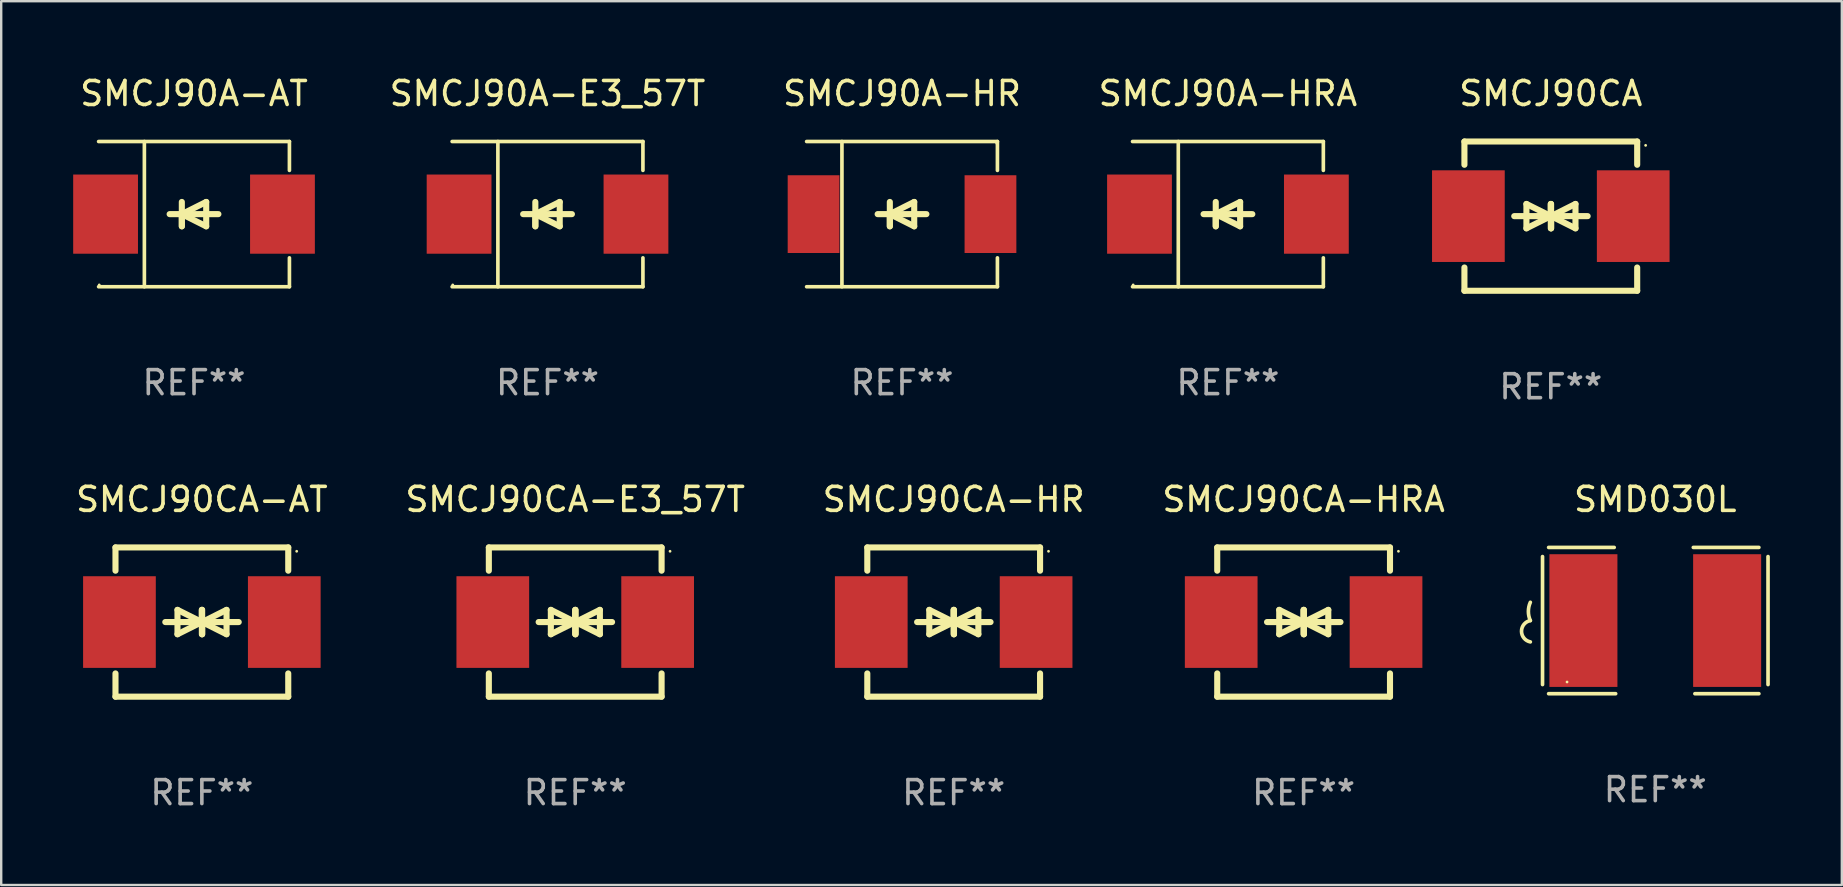
<source format=kicad_pcb>
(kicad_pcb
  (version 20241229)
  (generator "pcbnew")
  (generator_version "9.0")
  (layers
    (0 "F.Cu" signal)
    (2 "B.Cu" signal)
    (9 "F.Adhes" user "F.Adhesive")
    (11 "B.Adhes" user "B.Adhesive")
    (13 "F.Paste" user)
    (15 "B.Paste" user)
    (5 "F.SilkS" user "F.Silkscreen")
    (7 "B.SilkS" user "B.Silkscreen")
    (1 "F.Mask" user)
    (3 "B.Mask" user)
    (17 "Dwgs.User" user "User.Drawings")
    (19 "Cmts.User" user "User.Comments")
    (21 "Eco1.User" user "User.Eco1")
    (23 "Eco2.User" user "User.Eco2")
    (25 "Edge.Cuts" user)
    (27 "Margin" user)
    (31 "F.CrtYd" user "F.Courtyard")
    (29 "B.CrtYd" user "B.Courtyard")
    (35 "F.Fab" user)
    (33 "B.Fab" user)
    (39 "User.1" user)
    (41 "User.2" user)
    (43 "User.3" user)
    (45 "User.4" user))
  (footprint "SMCJ90CA-AT"
    (layer "F.Cu")
    (at 5.363 22.875)
    (property "Reference" "SMCJ90CA-AT" (at 0 -5.11 0) (layer "F.SilkS") (effects (font (size 1 1) (thickness 0.15))))
    (attr through_hole)
    (fp_line (start -3.6 -2.141) (end -3.6 -3.11) (stroke (width 0.254) (type solid)) (layer "F.SilkS"))
    (fp_line (start -3.6 3.11) (end -3.6 2.141) (stroke (width 0.254) (type solid)) (layer "F.SilkS"))
    (fp_line (start -1.524 0) (end 0.508 0) (stroke (width 0.254) (type solid)) (layer "F.SilkS"))
    (fp_line (start -1.016 -0.508) (end -1.016 0.508) (stroke (width 0.254) (type solid)) (layer "F.SilkS"))
    (fp_line (start -1.016 0.508) (end 0 0) (stroke (width 0.254) (type solid)) (layer "F.SilkS"))
    (fp_line (start 0 -0.508) (end 0 0.508) (stroke (width 0.254) (type solid)) (layer "F.SilkS"))
    (fp_line (start 0 0) (end -1.016 -0.508) (stroke (width 0.254) (type solid)) (layer "F.SilkS"))
    (fp_line (start 0 0) (end 0 -0.508) (stroke (width 0.254) (type solid)) (layer "F.SilkS"))
    (fp_line (start 0.012 0) (end 0.012 0.508) (stroke (width 0.254) (type solid)) (layer "F.SilkS"))
    (fp_line (start 0.012 0) (end 1.028 0.508) (stroke (width 0.254) (type solid)) (layer "F.SilkS"))
    (fp_line (start 0.012 0.508) (end 0.012 -0.508) (stroke (width 0.254) (type solid)) (layer "F.SilkS"))
    (fp_line (start 1.028 -0.508) (end 0.012 0) (stroke (width 0.254) (type solid)) (layer "F.SilkS"))
    (fp_line (start 1.028 0.508) (end 1.028 -0.508) (stroke (width 0.254) (type solid)) (layer "F.SilkS"))
    (fp_line (start 1.536 0) (end -0.496 0) (stroke (width 0.254) (type solid)) (layer "F.SilkS"))
    (fp_line (start 3.6 -3.11) (end -3.6 -3.11) (stroke (width 0.254) (type solid)) (layer "F.SilkS"))
    (fp_line (start 3.6 -2.141) (end 3.6 -3.11) (stroke (width 0.254) (type solid)) (layer "F.SilkS"))
    (fp_line (start 3.6 3.11) (end -3.6 3.11) (stroke (width 0.254) (type solid)) (layer "F.SilkS"))
    (fp_line (start 3.6 3.11) (end 3.6 2.141) (stroke (width 0.254) (type solid)) (layer "F.SilkS"))
    (fp_circle (center 3.952 -2.95) (end 3.982 -2.95) (stroke (width 0.06) (type solid)) (fill no) (layer "F.SilkS"))
    (fp_text user "REF**" (at 0 7.11 0) (layer "F.Fab") (effects (font (size 1 1) (thickness 0.15))))
    (pad "1" smd rect (at 3.435 0) (size 3.03 3.82) (layers "F.Cu" "F.Mask" "F.Paste"))
    (pad "2" smd rect (at -3.435 0) (size 3.03 3.82) (layers "F.Cu" "F.Mask" "F.Paste")))
  (footprint "SMCJ90A-HRA"
    (layer "F.Cu")
    (at 48.126 5.874)
    (property "Reference" "SMCJ90A-HRA" (at 0 -5.026 0) (layer "F.SilkS") (effects (font (size 1 1) (thickness 0.15))))
    (attr through_hole)
    (fp_line (start -3.976 -3.026) (end 3.976 -3.026) (stroke (width 0.152) (type solid)) (layer "F.SilkS"))
    (fp_line (start -3.976 3.026) (end 3.976 3.026) (stroke (width 0.152) (type solid)) (layer "F.SilkS"))
    (fp_line (start -2.069 -3.026) (end -2.069 3.026) (stroke (width 0.152) (type solid)) (layer "F.SilkS"))
    (fp_line (start -0.508 0) (end -0.508 0.508) (stroke (width 0.254) (type solid)) (layer "F.SilkS"))
    (fp_line (start -0.508 0) (end 0.508 0.508) (stroke (width 0.254) (type solid)) (layer "F.SilkS"))
    (fp_line (start -0.508 0.508) (end -0.508 -0.508) (stroke (width 0.254) (type solid)) (layer "F.SilkS"))
    (fp_line (start 0.508 -0.508) (end -0.508 0) (stroke (width 0.254) (type solid)) (layer "F.SilkS"))
    (fp_line (start 0.508 0.508) (end 0.508 -0.508) (stroke (width 0.254) (type solid)) (layer "F.SilkS"))
    (fp_line (start 1.016 0) (end -1.016 0) (stroke (width 0.254) (type solid)) (layer "F.SilkS"))
    (fp_line (start 3.976 -3.026) (end 3.976 -1.823) (stroke (width 0.152) (type solid)) (layer "F.SilkS"))
    (fp_line (start 3.976 3.026) (end 3.976 1.823) (stroke (width 0.152) (type solid)) (layer "F.SilkS"))
    (fp_circle (center -3.95 2.95) (end -3.92 2.95) (stroke (width 0.06) (type solid)) (fill no) (layer "F.SilkS"))
    (fp_text user "REF**" (at 0 7.026 0) (layer "F.Fab") (effects (font (size 1 1) (thickness 0.15))))
    (pad "1" smd rect (at -3.686 0) (size 2.7 3.3) (layers "F.Cu" "F.Mask" "F.Paste"))
    (pad "2" smd rect (at 3.686 0) (size 2.7 3.3) (layers "F.Cu" "F.Mask" "F.Paste")))
  (footprint "SMD030L"
    (layer "F.Cu")
    (at 65.936 22.813)
    (property "Reference" "SMD030L" (at 0 -5.048 0) (layer "F.SilkS") (effects (font (size 1 1) (thickness 0.15))))
    (attr through_hole)
    (fp_line (start -4.699 -2.667) (end -4.699 2.667) (stroke (width 0.152) (type solid)) (layer "F.SilkS"))
    (fp_line (start -4.445 -3.048) (end -1.712 -3.048) (stroke (width 0.152) (type solid)) (layer "F.SilkS"))
    (fp_line (start -1.651 3.048) (end -4.445 3.048) (stroke (width 0.152) (type solid)) (layer "F.SilkS"))
    (fp_line (start 1.651 3.048) (end 4.318 3.048) (stroke (width 0.152) (type solid)) (layer "F.SilkS"))
    (fp_line (start 4.318 -3.048) (end 1.585 -3.048) (stroke (width 0.152) (type solid)) (layer "F.SilkS"))
    (fp_line (start 4.699 -2.667) (end 4.699 2.667) (stroke (width 0.152) (type solid)) (layer "F.SilkS"))
    (fp_arc (start -5.20701 0) (mid -5.288646 -0.381001) (end -5.20701 -0.762002) (stroke (width 0.151994) (type solid)) (layer "F.SilkS"))
    (fp_arc (start -5.20701 0.889002) (mid -5.574698 0.444501) (end -5.20701 0) (stroke (width 0.151994) (type solid)) (layer "F.SilkS"))
    (fp_circle (center -3.677 2.56) (end -3.647 2.56) (stroke (width 0.06) (type solid)) (fill no) (layer "F.SilkS"))
    (fp_text user "REF**" (at 0 7.048 0) (layer "F.Fab") (effects (font (size 1 1) (thickness 0.15))))
    (pad "1" smd rect (at -2.995 0) (size 2.835 5.53) (layers "F.Cu" "F.Mask" "F.Paste"))
    (pad "2" smd rect (at 2.995 0) (size 2.835 5.53) (layers "F.Cu" "F.Mask" "F.Paste")))
  (footprint "SMCJ90CA-HR"
    (layer "F.Cu")
    (at 36.696 22.875)
    (property "Reference" "SMCJ90CA-HR" (at 0 -5.11 0) (layer "F.SilkS") (effects (font (size 1 1) (thickness 0.15))))
    (attr through_hole)
    (fp_line (start -3.6 -2.141) (end -3.6 -3.11) (stroke (width 0.254) (type solid)) (layer "F.SilkS"))
    (fp_line (start -3.6 3.11) (end -3.6 2.141) (stroke (width 0.254) (type solid)) (layer "F.SilkS"))
    (fp_line (start -1.524 0) (end 0.508 0) (stroke (width 0.254) (type solid)) (layer "F.SilkS"))
    (fp_line (start -1.016 -0.508) (end -1.016 0.508) (stroke (width 0.254) (type solid)) (layer "F.SilkS"))
    (fp_line (start -1.016 0.508) (end 0 0) (stroke (width 0.254) (type solid)) (layer "F.SilkS"))
    (fp_line (start 0 -0.508) (end 0 0.508) (stroke (width 0.254) (type solid)) (layer "F.SilkS"))
    (fp_line (start 0 0) (end -1.016 -0.508) (stroke (width 0.254) (type solid)) (layer "F.SilkS"))
    (fp_line (start 0 0) (end 0 -0.508) (stroke (width 0.254) (type solid)) (layer "F.SilkS"))
    (fp_line (start 0.012 0) (end 0.012 0.508) (stroke (width 0.254) (type solid)) (layer "F.SilkS"))
    (fp_line (start 0.012 0) (end 1.028 0.508) (stroke (width 0.254) (type solid)) (layer "F.SilkS"))
    (fp_line (start 0.012 0.508) (end 0.012 -0.508) (stroke (width 0.254) (type solid)) (layer "F.SilkS"))
    (fp_line (start 1.028 -0.508) (end 0.012 0) (stroke (width 0.254) (type solid)) (layer "F.SilkS"))
    (fp_line (start 1.028 0.508) (end 1.028 -0.508) (stroke (width 0.254) (type solid)) (layer "F.SilkS"))
    (fp_line (start 1.536 0) (end -0.496 0) (stroke (width 0.254) (type solid)) (layer "F.SilkS"))
    (fp_line (start 3.6 -3.11) (end -3.6 -3.11) (stroke (width 0.254) (type solid)) (layer "F.SilkS"))
    (fp_line (start 3.6 -2.141) (end 3.6 -3.11) (stroke (width 0.254) (type solid)) (layer "F.SilkS"))
    (fp_line (start 3.6 3.11) (end -3.6 3.11) (stroke (width 0.254) (type solid)) (layer "F.SilkS"))
    (fp_line (start 3.6 3.11) (end 3.6 2.141) (stroke (width 0.254) (type solid)) (layer "F.SilkS"))
    (fp_circle (center 3.952 -2.95) (end 3.982 -2.95) (stroke (width 0.06) (type solid)) (fill no) (layer "F.SilkS"))
    (fp_text user "REF**" (at 0 7.11 0) (layer "F.Fab") (effects (font (size 1 1) (thickness 0.15))))
    (pad "1" smd rect (at 3.435 0) (size 3.03 3.82) (layers "F.Cu" "F.Mask" "F.Paste"))
    (pad "2" smd rect (at -3.435 0) (size 3.03 3.82) (layers "F.Cu" "F.Mask" "F.Paste")))
  (footprint "SMCJ90CA"
    (layer "F.Cu")
    (at 61.582 5.958)
    (property "Reference" "SMCJ90CA" (at 0 -5.11 0) (layer "F.SilkS") (effects (font (size 1 1) (thickness 0.15))))
    (attr through_hole)
    (fp_line (start -3.6 -2.141) (end -3.6 -3.11) (stroke (width 0.254) (type solid)) (layer "F.SilkS"))
    (fp_line (start -3.6 3.11) (end -3.6 2.141) (stroke (width 0.254) (type solid)) (layer "F.SilkS"))
    (fp_line (start -1.524 0) (end 0.508 0) (stroke (width 0.254) (type solid)) (layer "F.SilkS"))
    (fp_line (start -1.016 -0.508) (end -1.016 0.508) (stroke (width 0.254) (type solid)) (layer "F.SilkS"))
    (fp_line (start -1.016 0.508) (end 0 0) (stroke (width 0.254) (type solid)) (layer "F.SilkS"))
    (fp_line (start 0 -0.508) (end 0 0.508) (stroke (width 0.254) (type solid)) (layer "F.SilkS"))
    (fp_line (start 0 0) (end -1.016 -0.508) (stroke (width 0.254) (type solid)) (layer "F.SilkS"))
    (fp_line (start 0 0) (end 0 -0.508) (stroke (width 0.254) (type solid)) (layer "F.SilkS"))
    (fp_line (start 0.012 0) (end 0.012 0.508) (stroke (width 0.254) (type solid)) (layer "F.SilkS"))
    (fp_line (start 0.012 0) (end 1.028 0.508) (stroke (width 0.254) (type solid)) (layer "F.SilkS"))
    (fp_line (start 0.012 0.508) (end 0.012 -0.508) (stroke (width 0.254) (type solid)) (layer "F.SilkS"))
    (fp_line (start 1.028 -0.508) (end 0.012 0) (stroke (width 0.254) (type solid)) (layer "F.SilkS"))
    (fp_line (start 1.028 0.508) (end 1.028 -0.508) (stroke (width 0.254) (type solid)) (layer "F.SilkS"))
    (fp_line (start 1.536 0) (end -0.496 0) (stroke (width 0.254) (type solid)) (layer "F.SilkS"))
    (fp_line (start 3.6 -3.11) (end -3.6 -3.11) (stroke (width 0.254) (type solid)) (layer "F.SilkS"))
    (fp_line (start 3.6 -2.141) (end 3.6 -3.11) (stroke (width 0.254) (type solid)) (layer "F.SilkS"))
    (fp_line (start 3.6 3.11) (end -3.6 3.11) (stroke (width 0.254) (type solid)) (layer "F.SilkS"))
    (fp_line (start 3.6 3.11) (end 3.6 2.141) (stroke (width 0.254) (type solid)) (layer "F.SilkS"))
    (fp_circle (center 3.952 -2.95) (end 3.982 -2.95) (stroke (width 0.06) (type solid)) (fill no) (layer "F.SilkS"))
    (fp_text user "REF**" (at 0 7.11 0) (layer "F.Fab") (effects (font (size 1 1) (thickness 0.15))))
    (pad "1" smd rect (at 3.435 0) (size 3.03 3.82) (layers "F.Cu" "F.Mask" "F.Paste"))
    (pad "2" smd rect (at -3.435 0) (size 3.03 3.82) (layers "F.Cu" "F.Mask" "F.Paste")))
  (footprint "SMCJ90CA-HRA"
    (layer "F.Cu")
    (at 51.28 22.875)
    (property "Reference" "SMCJ90CA-HRA" (at 0 -5.11 0) (layer "F.SilkS") (effects (font (size 1 1) (thickness 0.15))))
    (attr through_hole)
    (fp_line (start -3.6 -2.141) (end -3.6 -3.11) (stroke (width 0.254) (type solid)) (layer "F.SilkS"))
    (fp_line (start -3.6 3.11) (end -3.6 2.141) (stroke (width 0.254) (type solid)) (layer "F.SilkS"))
    (fp_line (start -1.524 0) (end 0.508 0) (stroke (width 0.254) (type solid)) (layer "F.SilkS"))
    (fp_line (start -1.016 -0.508) (end -1.016 0.508) (stroke (width 0.254) (type solid)) (layer "F.SilkS"))
    (fp_line (start -1.016 0.508) (end 0 0) (stroke (width 0.254) (type solid)) (layer "F.SilkS"))
    (fp_line (start 0 -0.508) (end 0 0.508) (stroke (width 0.254) (type solid)) (layer "F.SilkS"))
    (fp_line (start 0 0) (end -1.016 -0.508) (stroke (width 0.254) (type solid)) (layer "F.SilkS"))
    (fp_line (start 0 0) (end 0 -0.508) (stroke (width 0.254) (type solid)) (layer "F.SilkS"))
    (fp_line (start 0.012 0) (end 0.012 0.508) (stroke (width 0.254) (type solid)) (layer "F.SilkS"))
    (fp_line (start 0.012 0) (end 1.028 0.508) (stroke (width 0.254) (type solid)) (layer "F.SilkS"))
    (fp_line (start 0.012 0.508) (end 0.012 -0.508) (stroke (width 0.254) (type solid)) (layer "F.SilkS"))
    (fp_line (start 1.028 -0.508) (end 0.012 0) (stroke (width 0.254) (type solid)) (layer "F.SilkS"))
    (fp_line (start 1.028 0.508) (end 1.028 -0.508) (stroke (width 0.254) (type solid)) (layer "F.SilkS"))
    (fp_line (start 1.536 0) (end -0.496 0) (stroke (width 0.254) (type solid)) (layer "F.SilkS"))
    (fp_line (start 3.6 -3.11) (end -3.6 -3.11) (stroke (width 0.254) (type solid)) (layer "F.SilkS"))
    (fp_line (start 3.6 -2.141) (end 3.6 -3.11) (stroke (width 0.254) (type solid)) (layer "F.SilkS"))
    (fp_line (start 3.6 3.11) (end -3.6 3.11) (stroke (width 0.254) (type solid)) (layer "F.SilkS"))
    (fp_line (start 3.6 3.11) (end 3.6 2.141) (stroke (width 0.254) (type solid)) (layer "F.SilkS"))
    (fp_circle (center 3.952 -2.95) (end 3.982 -2.95) (stroke (width 0.06) (type solid)) (fill no) (layer "F.SilkS"))
    (fp_text user "REF**" (at 0 7.11 0) (layer "F.Fab") (effects (font (size 1 1) (thickness 0.15))))
    (pad "1" smd rect (at 3.435 0) (size 3.03 3.82) (layers "F.Cu" "F.Mask" "F.Paste"))
    (pad "2" smd rect (at -3.435 0) (size 3.03 3.82) (layers "F.Cu" "F.Mask" "F.Paste")))
  (footprint "SMCJ90A-E3_57T"
    (layer "F.Cu")
    (at 19.769 5.874)
    (property "Reference" "SMCJ90A-E3_57T" (at 0 -5.026 0) (layer "F.SilkS") (effects (font (size 1 1) (thickness 0.15))))
    (attr through_hole)
    (fp_line (start -3.976 -3.026) (end 3.976 -3.026) (stroke (width 0.152) (type solid)) (layer "F.SilkS"))
    (fp_line (start -3.976 3.026) (end 3.976 3.026) (stroke (width 0.152) (type solid)) (layer "F.SilkS"))
    (fp_line (start -2.069 -3.026) (end -2.069 3.026) (stroke (width 0.152) (type solid)) (layer "F.SilkS"))
    (fp_line (start -0.508 0) (end -0.508 0.508) (stroke (width 0.254) (type solid)) (layer "F.SilkS"))
    (fp_line (start -0.508 0) (end 0.508 0.508) (stroke (width 0.254) (type solid)) (layer "F.SilkS"))
    (fp_line (start -0.508 0.508) (end -0.508 -0.508) (stroke (width 0.254) (type solid)) (layer "F.SilkS"))
    (fp_line (start 0.508 -0.508) (end -0.508 0) (stroke (width 0.254) (type solid)) (layer "F.SilkS"))
    (fp_line (start 0.508 0.508) (end 0.508 -0.508) (stroke (width 0.254) (type solid)) (layer "F.SilkS"))
    (fp_line (start 1.016 0) (end -1.016 0) (stroke (width 0.254) (type solid)) (layer "F.SilkS"))
    (fp_line (start 3.976 -3.026) (end 3.976 -1.823) (stroke (width 0.152) (type solid)) (layer "F.SilkS"))
    (fp_line (start 3.976 3.026) (end 3.976 1.823) (stroke (width 0.152) (type solid)) (layer "F.SilkS"))
    (fp_circle (center -3.95 2.95) (end -3.92 2.95) (stroke (width 0.06) (type solid)) (fill no) (layer "F.SilkS"))
    (fp_text user "REF**" (at 0 7.026 0) (layer "F.Fab") (effects (font (size 1 1) (thickness 0.15))))
    (pad "1" smd rect (at -3.686 0) (size 2.7 3.3) (layers "F.Cu" "F.Mask" "F.Paste"))
    (pad "2" smd rect (at 3.686 0) (size 2.7 3.3) (layers "F.Cu" "F.Mask" "F.Paste")))
  (footprint "SMCJ90A-AT"
    (layer "F.Cu")
    (at 5.036 5.874)
    (property "Reference" "SMCJ90A-AT" (at 0 -5.026 0) (layer "F.SilkS") (effects (font (size 1 1) (thickness 0.15))))
    (attr through_hole)
    (fp_line (start -3.976 -3.026) (end 3.976 -3.026) (stroke (width 0.152) (type solid)) (layer "F.SilkS"))
    (fp_line (start -3.976 3.026) (end 3.976 3.026) (stroke (width 0.152) (type solid)) (layer "F.SilkS"))
    (fp_line (start -2.069 -3.026) (end -2.069 3.026) (stroke (width 0.152) (type solid)) (layer "F.SilkS"))
    (fp_line (start -0.508 0) (end -0.508 0.508) (stroke (width 0.254) (type solid)) (layer "F.SilkS"))
    (fp_line (start -0.508 0) (end 0.508 0.508) (stroke (width 0.254) (type solid)) (layer "F.SilkS"))
    (fp_line (start -0.508 0.508) (end -0.508 -0.508) (stroke (width 0.254) (type solid)) (layer "F.SilkS"))
    (fp_line (start 0.508 -0.508) (end -0.508 0) (stroke (width 0.254) (type solid)) (layer "F.SilkS"))
    (fp_line (start 0.508 0.508) (end 0.508 -0.508) (stroke (width 0.254) (type solid)) (layer "F.SilkS"))
    (fp_line (start 1.016 0) (end -1.016 0) (stroke (width 0.254) (type solid)) (layer "F.SilkS"))
    (fp_line (start 3.976 -3.026) (end 3.976 -1.823) (stroke (width 0.152) (type solid)) (layer "F.SilkS"))
    (fp_line (start 3.976 3.026) (end 3.976 1.823) (stroke (width 0.152) (type solid)) (layer "F.SilkS"))
    (fp_circle (center -3.95 2.95) (end -3.92 2.95) (stroke (width 0.06) (type solid)) (fill no) (layer "F.SilkS"))
    (fp_text user "REF**" (at 0 7.026 0) (layer "F.Fab") (effects (font (size 1 1) (thickness 0.15))))
    (pad "1" smd rect (at -3.686 0) (size 2.7 3.3) (layers "F.Cu" "F.Mask" "F.Paste"))
    (pad "2" smd rect (at 3.686 0) (size 2.7 3.3) (layers "F.Cu" "F.Mask" "F.Paste")))
  (footprint "SMCJ90CA-E3_57T"
    (layer "F.Cu")
    (at 20.923 22.875)
    (property "Reference" "SMCJ90CA-E3_57T" (at 0 -5.11 0) (layer "F.SilkS") (effects (font (size 1 1) (thickness 0.15))))
    (attr through_hole)
    (fp_line (start -3.6 -2.141) (end -3.6 -3.11) (stroke (width 0.254) (type solid)) (layer "F.SilkS"))
    (fp_line (start -3.6 3.11) (end -3.6 2.141) (stroke (width 0.254) (type solid)) (layer "F.SilkS"))
    (fp_line (start -1.524 0) (end 0.508 0) (stroke (width 0.254) (type solid)) (layer "F.SilkS"))
    (fp_line (start -1.016 -0.508) (end -1.016 0.508) (stroke (width 0.254) (type solid)) (layer "F.SilkS"))
    (fp_line (start -1.016 0.508) (end 0 0) (stroke (width 0.254) (type solid)) (layer "F.SilkS"))
    (fp_line (start 0 -0.508) (end 0 0.508) (stroke (width 0.254) (type solid)) (layer "F.SilkS"))
    (fp_line (start 0 0) (end -1.016 -0.508) (stroke (width 0.254) (type solid)) (layer "F.SilkS"))
    (fp_line (start 0 0) (end 0 -0.508) (stroke (width 0.254) (type solid)) (layer "F.SilkS"))
    (fp_line (start 0.012 0) (end 0.012 0.508) (stroke (width 0.254) (type solid)) (layer "F.SilkS"))
    (fp_line (start 0.012 0) (end 1.028 0.508) (stroke (width 0.254) (type solid)) (layer "F.SilkS"))
    (fp_line (start 0.012 0.508) (end 0.012 -0.508) (stroke (width 0.254) (type solid)) (layer "F.SilkS"))
    (fp_line (start 1.028 -0.508) (end 0.012 0) (stroke (width 0.254) (type solid)) (layer "F.SilkS"))
    (fp_line (start 1.028 0.508) (end 1.028 -0.508) (stroke (width 0.254) (type solid)) (layer "F.SilkS"))
    (fp_line (start 1.536 0) (end -0.496 0) (stroke (width 0.254) (type solid)) (layer "F.SilkS"))
    (fp_line (start 3.6 -3.11) (end -3.6 -3.11) (stroke (width 0.254) (type solid)) (layer "F.SilkS"))
    (fp_line (start 3.6 -2.141) (end 3.6 -3.11) (stroke (width 0.254) (type solid)) (layer "F.SilkS"))
    (fp_line (start 3.6 3.11) (end -3.6 3.11) (stroke (width 0.254) (type solid)) (layer "F.SilkS"))
    (fp_line (start 3.6 3.11) (end 3.6 2.141) (stroke (width 0.254) (type solid)) (layer "F.SilkS"))
    (fp_circle (center 3.952 -2.95) (end 3.982 -2.95) (stroke (width 0.06) (type solid)) (fill no) (layer "F.SilkS"))
    (fp_text user "REF**" (at 0 7.11 0) (layer "F.Fab") (effects (font (size 1 1) (thickness 0.15))))
    (pad "1" smd rect (at 3.435 0) (size 3.03 3.82) (layers "F.Cu" "F.Mask" "F.Paste"))
    (pad "2" smd rect (at -3.435 0) (size 3.03 3.82) (layers "F.Cu" "F.Mask" "F.Paste")))
  (footprint "SMCJ90A-HR"
    (layer "F.Cu")
    (at 34.543 5.874)
    (property "Reference" "SMCJ90A-HR" (at 0 -5.026 0) (layer "F.SilkS") (effects (font (size 1 1) (thickness 0.15))))
    (attr through_hole)
    (fp_line (start -3.976 -3.026) (end 3.976 -3.026) (stroke (width 0.152) (type solid)) (layer "F.SilkS"))
    (fp_line (start -3.976 3.026) (end 3.976 3.026) (stroke (width 0.152) (type solid)) (layer "F.SilkS"))
    (fp_line (start -2.504 -3.026) (end -2.504 3.026) (stroke (width 0.152) (type solid)) (layer "F.SilkS"))
    (fp_line (start -0.508 0) (end -0.508 0.508) (stroke (width 0.254) (type solid)) (layer "F.SilkS"))
    (fp_line (start -0.508 0) (end 0.508 0.508) (stroke (width 0.254) (type solid)) (layer "F.SilkS"))
    (fp_line (start -0.508 0.508) (end -0.508 -0.508) (stroke (width 0.254) (type solid)) (layer "F.SilkS"))
    (fp_line (start 0.508 -0.508) (end -0.508 0) (stroke (width 0.254) (type solid)) (layer "F.SilkS"))
    (fp_line (start 0.508 0.508) (end 0.508 -0.508) (stroke (width 0.254) (type solid)) (layer "F.SilkS"))
    (fp_line (start 1.016 0) (end -1.016 0) (stroke (width 0.254) (type solid)) (layer "F.SilkS"))
    (fp_line (start 3.976 -3.026) (end 3.976 -1.823) (stroke (width 0.152) (type solid)) (layer "F.SilkS"))
    (fp_line (start 3.976 3.026) (end 3.976 1.823) (stroke (width 0.152) (type solid)) (layer "F.SilkS"))
    (fp_circle (center 3.95 -2.95) (end 3.98 -2.95) (stroke (width 0.06) (type solid)) (fill no) (layer "F.SilkS"))
    (fp_text user "REF**" (at 0 7.026 0) (layer "F.Fab") (effects (font (size 1 1) (thickness 0.15))))
    (pad "1" smd rect (at 3.686 0 180) (size 2.158 3.24) (layers "F.Cu" "F.Mask" "F.Paste"))
    (pad "2" smd rect (at -3.686 0 180) (size 2.158 3.24) (layers "F.Cu" "F.Mask" "F.Paste")))
  (gr_rect
    (start -3 -3)
    (end 73.711 33.833)
    (stroke (width 0.1) (type default))
    (fill no)
    (layer "Edge.Cuts")))
</source>
